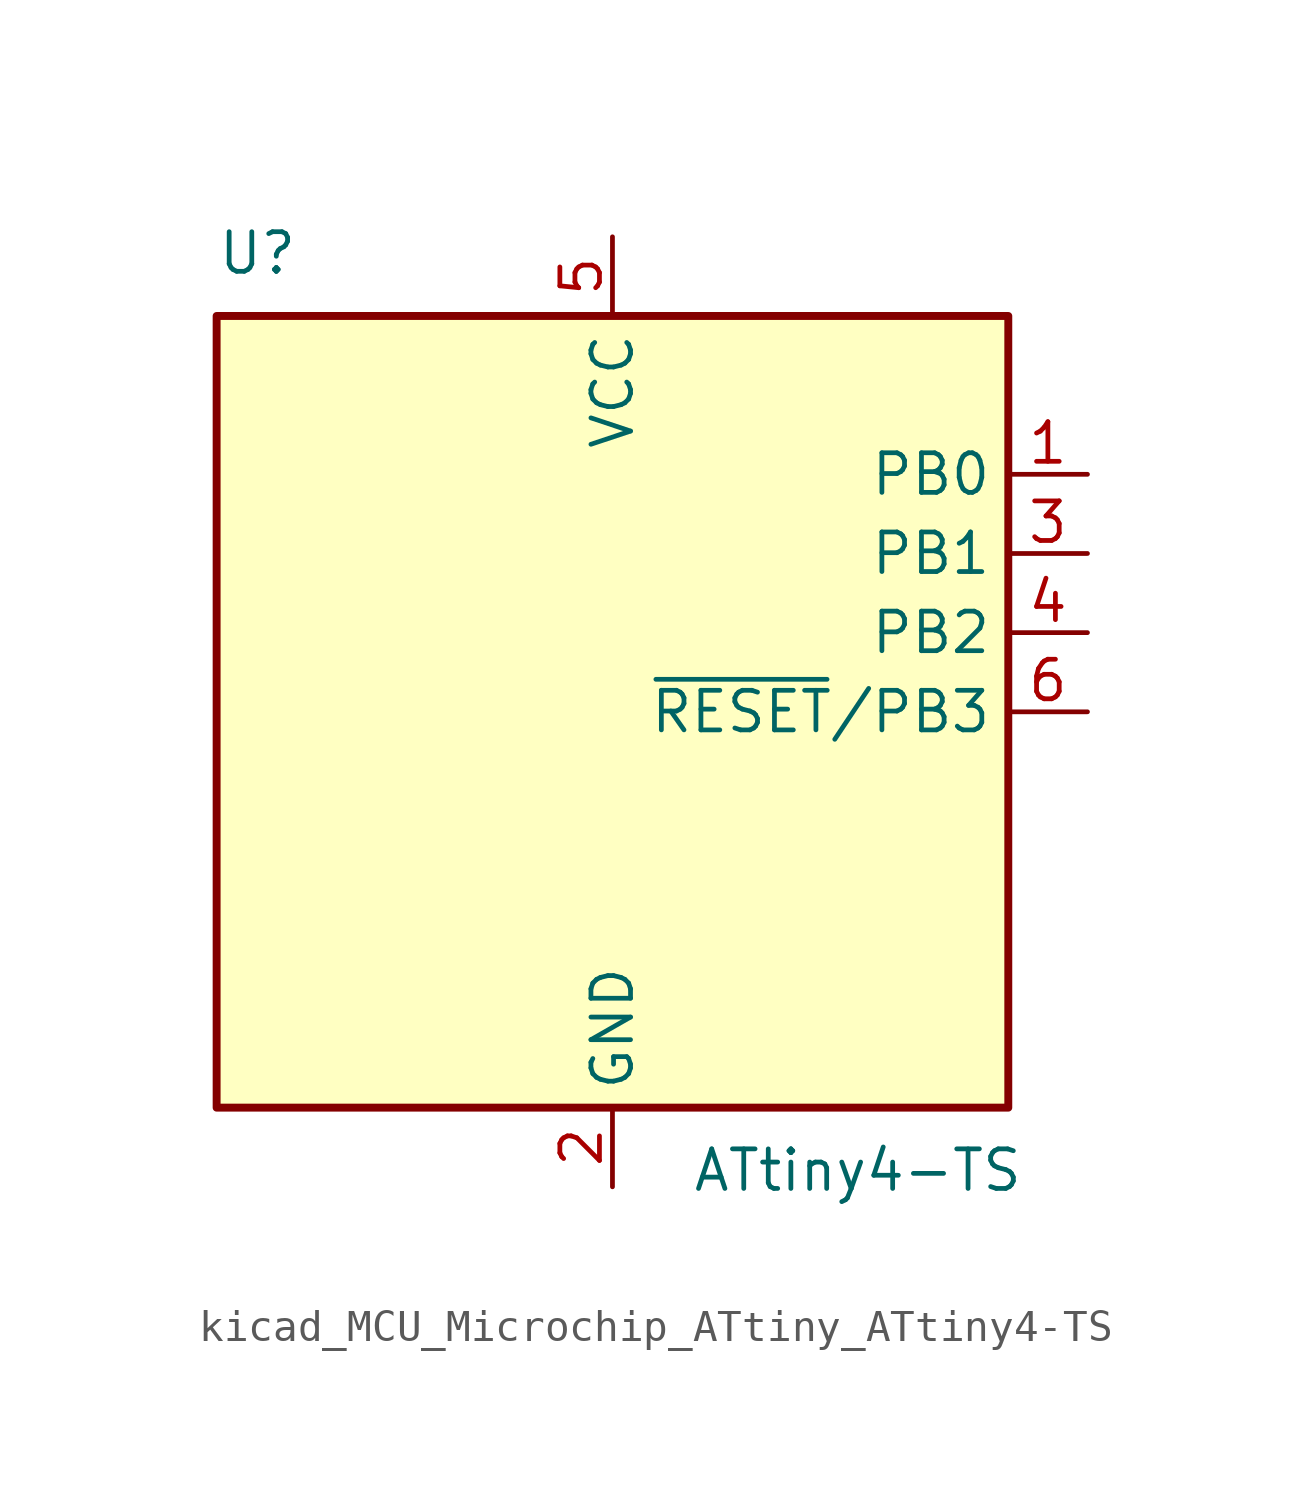
<source format=kicad_sym>
(kicad_symbol_lib
  (version 20220914)
  (generator kicad_symbol_editor)
  (symbol "kicad_MCU_Microchip_ATtiny_ATtiny4-TS"
    (property "Reference" "U"
      (at -12.7 13.97 0)
      (effects (font (size 1.27 1.27)) (justify left bottom)))
    (property "Value" "ATtiny4-TS"
      (at 2.54 -13.97 0)
      (effects (font (size 1.27 1.27)) (justify left top)))
    (symbol "kicad_MCU_Microchip_ATtiny_ATtiny4-TS_0_1"
      (rectangle (start -12.7 -12.7) (end 12.7 12.7) (stroke (width 0.254) (type default)) (fill (type background))))
    (symbol "kicad_MCU_Microchip_ATtiny_ATtiny4-TS_1_1"
      (pin bidirectional line (at 15.24 7.62 180) (length 2.54) (name "PB0" (effects (font (size 1.27 1.27)))) (number "1" (effects (font (size 1.27 1.27)))))
      (pin power_in line (at 0 -15.24 90) (length 2.54) (name "GND" (effects (font (size 1.27 1.27)))) (number "2" (effects (font (size 1.27 1.27)))))
      (pin bidirectional line (at 15.24 5.08 180) (length 2.54) (name "PB1" (effects (font (size 1.27 1.27)))) (number "3" (effects (font (size 1.27 1.27)))))
      (pin bidirectional line (at 15.24 2.54 180) (length 2.54) (name "PB2" (effects (font (size 1.27 1.27)))) (number "4" (effects (font (size 1.27 1.27)))))
      (pin power_in line (at 0 15.24 270) (length 2.54) (name "VCC" (effects (font (size 1.27 1.27)))) (number "5" (effects (font (size 1.27 1.27)))))
      (pin bidirectional line (at 15.24 0 180) (length 2.54) (name "~{RESET}/PB3" (effects (font (size 1.27 1.27)))) (number "6" (effects (font (size 1.27 1.27))))))))
</source>
